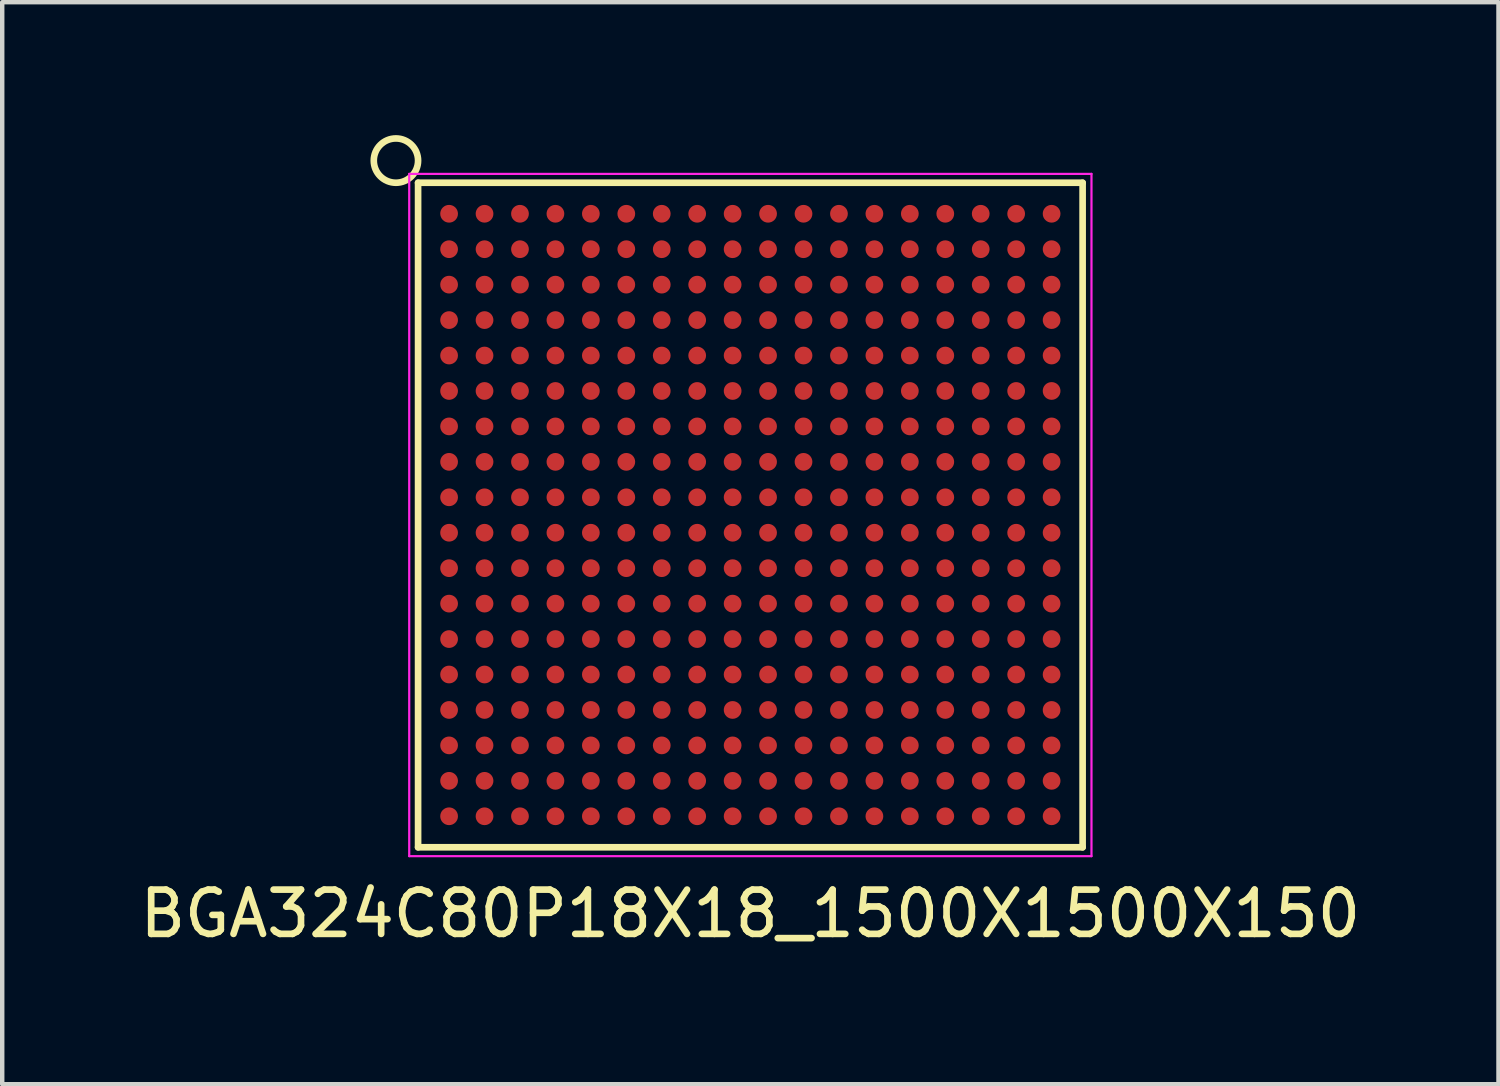
<source format=kicad_pcb>
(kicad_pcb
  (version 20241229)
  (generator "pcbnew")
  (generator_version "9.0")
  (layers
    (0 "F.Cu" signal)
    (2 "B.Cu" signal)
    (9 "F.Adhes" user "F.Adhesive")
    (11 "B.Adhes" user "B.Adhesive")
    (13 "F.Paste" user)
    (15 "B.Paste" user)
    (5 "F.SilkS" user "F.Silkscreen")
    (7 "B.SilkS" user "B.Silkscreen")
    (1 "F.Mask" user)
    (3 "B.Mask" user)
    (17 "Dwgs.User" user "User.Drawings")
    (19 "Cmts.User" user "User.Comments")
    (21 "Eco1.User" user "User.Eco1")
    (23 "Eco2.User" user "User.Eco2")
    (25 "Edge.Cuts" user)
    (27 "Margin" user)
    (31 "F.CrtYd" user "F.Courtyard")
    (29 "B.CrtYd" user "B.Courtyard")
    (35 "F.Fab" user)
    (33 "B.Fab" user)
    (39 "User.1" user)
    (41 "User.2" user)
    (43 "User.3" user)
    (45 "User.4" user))
  (footprint "BGA324C80P18X18_1500X1500X150"
    (layer "F.Cu")
    (at 13.887 8.575)
    (property "Reference" "BGA324C80P18X18_1500X1500X150" (at 0 9 0) (layer "F.SilkS") (effects (font (size 1 1) (thickness 0.15))))
    (attr smd)
    (fp_line (start -7.5 -7.5) (end -7.5 7.5) (stroke (width 0.15) (type solid)) (layer "F.SilkS"))
    (fp_line (start -7.5 -7.5) (end 7.5 -7.5) (stroke (width 0.15) (type solid)) (layer "F.SilkS"))
    (fp_line (start 7.5 7.5) (end -7.5 7.5) (stroke (width 0.15) (type solid)) (layer "F.SilkS"))
    (fp_line (start 7.5 7.5) (end 7.5 -7.5) (stroke (width 0.15) (type solid)) (layer "F.SilkS"))
    (fp_circle (center -8 -8) (end -8.5 -8) (stroke (width 0.15) (type solid)) (fill no) (layer "F.SilkS"))
    (fp_line (start -7.7 -7.7) (end -7.7 7.7) (stroke (width 0.05) (type solid)) (layer "F.CrtYd"))
    (fp_line (start -7.7 -7.7) (end 7.7 -7.7) (stroke (width 0.05) (type solid)) (layer "F.CrtYd"))
    (fp_line (start 7.7 7.7) (end -7.7 7.7) (stroke (width 0.05) (type solid)) (layer "F.CrtYd"))
    (fp_line (start 7.7 7.7) (end 7.7 -7.7) (stroke (width 0.05) (type solid)) (layer "F.CrtYd"))
    (pad "A1" smd circle (at -6.8 -6.8) (size 0.4 0.4) (layers "F.Cu" "F.Mask" "F.Paste"))
    (pad "A2" smd circle (at -6 -6.8) (size 0.4 0.4) (layers "F.Cu" "F.Mask" "F.Paste"))
    (pad "A3" smd circle (at -5.2 -6.8) (size 0.4 0.4) (layers "F.Cu" "F.Mask" "F.Paste"))
    (pad "A4" smd circle (at -4.4 -6.8) (size 0.4 0.4) (layers "F.Cu" "F.Mask" "F.Paste"))
    (pad "A5" smd circle (at -3.6 -6.8) (size 0.4 0.4) (layers "F.Cu" "F.Mask" "F.Paste"))
    (pad "A6" smd circle (at -2.8 -6.8) (size 0.4 0.4) (layers "F.Cu" "F.Mask" "F.Paste"))
    (pad "A7" smd circle (at -2 -6.8) (size 0.4 0.4) (layers "F.Cu" "F.Mask" "F.Paste"))
    (pad "A8" smd circle (at -1.2 -6.8) (size 0.4 0.4) (layers "F.Cu" "F.Mask" "F.Paste"))
    (pad "A9" smd circle (at -0.4 -6.8) (size 0.4 0.4) (layers "F.Cu" "F.Mask" "F.Paste"))
    (pad "A10" smd circle (at 0.4 -6.8) (size 0.4 0.4) (layers "F.Cu" "F.Mask" "F.Paste"))
    (pad "A11" smd circle (at 1.2 -6.8) (size 0.4 0.4) (layers "F.Cu" "F.Mask" "F.Paste"))
    (pad "A12" smd circle (at 2 -6.8) (size 0.4 0.4) (layers "F.Cu" "F.Mask" "F.Paste"))
    (pad "A13" smd circle (at 2.8 -6.8) (size 0.4 0.4) (layers "F.Cu" "F.Mask" "F.Paste"))
    (pad "A14" smd circle (at 3.6 -6.8) (size 0.4 0.4) (layers "F.Cu" "F.Mask" "F.Paste"))
    (pad "A15" smd circle (at 4.4 -6.8) (size 0.4 0.4) (layers "F.Cu" "F.Mask" "F.Paste"))
    (pad "A16" smd circle (at 5.2 -6.8) (size 0.4 0.4) (layers "F.Cu" "F.Mask" "F.Paste"))
    (pad "A17" smd circle (at 6 -6.8) (size 0.4 0.4) (layers "F.Cu" "F.Mask" "F.Paste"))
    (pad "A18" smd circle (at 6.8 -6.8) (size 0.4 0.4) (layers "F.Cu" "F.Mask" "F.Paste"))
    (pad "B1" smd circle (at -6.8 -6) (size 0.4 0.4) (layers "F.Cu" "F.Mask" "F.Paste"))
    (pad "B2" smd circle (at -6 -6) (size 0.4 0.4) (layers "F.Cu" "F.Mask" "F.Paste"))
    (pad "B3" smd circle (at -5.2 -6) (size 0.4 0.4) (layers "F.Cu" "F.Mask" "F.Paste"))
    (pad "B4" smd circle (at -4.4 -6) (size 0.4 0.4) (layers "F.Cu" "F.Mask" "F.Paste"))
    (pad "B5" smd circle (at -3.6 -6) (size 0.4 0.4) (layers "F.Cu" "F.Mask" "F.Paste"))
    (pad "B6" smd circle (at -2.8 -6) (size 0.4 0.4) (layers "F.Cu" "F.Mask" "F.Paste"))
    (pad "B7" smd circle (at -2 -6) (size 0.4 0.4) (layers "F.Cu" "F.Mask" "F.Paste"))
    (pad "B8" smd circle (at -1.2 -6) (size 0.4 0.4) (layers "F.Cu" "F.Mask" "F.Paste"))
    (pad "B9" smd circle (at -0.4 -6) (size 0.4 0.4) (layers "F.Cu" "F.Mask" "F.Paste"))
    (pad "B10" smd circle (at 0.4 -6) (size 0.4 0.4) (layers "F.Cu" "F.Mask" "F.Paste"))
    (pad "B11" smd circle (at 1.2 -6) (size 0.4 0.4) (layers "F.Cu" "F.Mask" "F.Paste"))
    (pad "B12" smd circle (at 2 -6) (size 0.4 0.4) (layers "F.Cu" "F.Mask" "F.Paste"))
    (pad "B13" smd circle (at 2.8 -6) (size 0.4 0.4) (layers "F.Cu" "F.Mask" "F.Paste"))
    (pad "B14" smd circle (at 3.6 -6) (size 0.4 0.4) (layers "F.Cu" "F.Mask" "F.Paste"))
    (pad "B15" smd circle (at 4.4 -6) (size 0.4 0.4) (layers "F.Cu" "F.Mask" "F.Paste"))
    (pad "B16" smd circle (at 5.2 -6) (size 0.4 0.4) (layers "F.Cu" "F.Mask" "F.Paste"))
    (pad "B17" smd circle (at 6 -6) (size 0.4 0.4) (layers "F.Cu" "F.Mask" "F.Paste"))
    (pad "B18" smd circle (at 6.8 -6) (size 0.4 0.4) (layers "F.Cu" "F.Mask" "F.Paste"))
    (pad "C1" smd circle (at -6.8 -5.2) (size 0.4 0.4) (layers "F.Cu" "F.Mask" "F.Paste"))
    (pad "C2" smd circle (at -6 -5.2) (size 0.4 0.4) (layers "F.Cu" "F.Mask" "F.Paste"))
    (pad "C3" smd circle (at -5.2 -5.2) (size 0.4 0.4) (layers "F.Cu" "F.Mask" "F.Paste"))
    (pad "C4" smd circle (at -4.4 -5.2) (size 0.4 0.4) (layers "F.Cu" "F.Mask" "F.Paste"))
    (pad "C5" smd circle (at -3.6 -5.2) (size 0.4 0.4) (layers "F.Cu" "F.Mask" "F.Paste"))
    (pad "C6" smd circle (at -2.8 -5.2) (size 0.4 0.4) (layers "F.Cu" "F.Mask" "F.Paste"))
    (pad "C7" smd circle (at -2 -5.2) (size 0.4 0.4) (layers "F.Cu" "F.Mask" "F.Paste"))
    (pad "C8" smd circle (at -1.2 -5.2) (size 0.4 0.4) (layers "F.Cu" "F.Mask" "F.Paste"))
    (pad "C9" smd circle (at -0.4 -5.2) (size 0.4 0.4) (layers "F.Cu" "F.Mask" "F.Paste"))
    (pad "C10" smd circle (at 0.4 -5.2) (size 0.4 0.4) (layers "F.Cu" "F.Mask" "F.Paste"))
    (pad "C11" smd circle (at 1.2 -5.2) (size 0.4 0.4) (layers "F.Cu" "F.Mask" "F.Paste"))
    (pad "C12" smd circle (at 2 -5.2) (size 0.4 0.4) (layers "F.Cu" "F.Mask" "F.Paste"))
    (pad "C13" smd circle (at 2.8 -5.2) (size 0.4 0.4) (layers "F.Cu" "F.Mask" "F.Paste"))
    (pad "C14" smd circle (at 3.6 -5.2) (size 0.4 0.4) (layers "F.Cu" "F.Mask" "F.Paste"))
    (pad "C15" smd circle (at 4.4 -5.2) (size 0.4 0.4) (layers "F.Cu" "F.Mask" "F.Paste"))
    (pad "C16" smd circle (at 5.2 -5.2) (size 0.4 0.4) (layers "F.Cu" "F.Mask" "F.Paste"))
    (pad "C17" smd circle (at 6 -5.2) (size 0.4 0.4) (layers "F.Cu" "F.Mask" "F.Paste"))
    (pad "C18" smd circle (at 6.8 -5.2) (size 0.4 0.4) (layers "F.Cu" "F.Mask" "F.Paste"))
    (pad "D1" smd circle (at -6.8 -4.4) (size 0.4 0.4) (layers "F.Cu" "F.Mask" "F.Paste"))
    (pad "D2" smd circle (at -6 -4.4) (size 0.4 0.4) (layers "F.Cu" "F.Mask" "F.Paste"))
    (pad "D3" smd circle (at -5.2 -4.4) (size 0.4 0.4) (layers "F.Cu" "F.Mask" "F.Paste"))
    (pad "D4" smd circle (at -4.4 -4.4) (size 0.4 0.4) (layers "F.Cu" "F.Mask" "F.Paste"))
    (pad "D5" smd circle (at -3.6 -4.4) (size 0.4 0.4) (layers "F.Cu" "F.Mask" "F.Paste"))
    (pad "D6" smd circle (at -2.8 -4.4) (size 0.4 0.4) (layers "F.Cu" "F.Mask" "F.Paste"))
    (pad "D7" smd circle (at -2 -4.4) (size 0.4 0.4) (layers "F.Cu" "F.Mask" "F.Paste"))
    (pad "D8" smd circle (at -1.2 -4.4) (size 0.4 0.4) (layers "F.Cu" "F.Mask" "F.Paste"))
    (pad "D9" smd circle (at -0.4 -4.4) (size 0.4 0.4) (layers "F.Cu" "F.Mask" "F.Paste"))
    (pad "D10" smd circle (at 0.4 -4.4) (size 0.4 0.4) (layers "F.Cu" "F.Mask" "F.Paste"))
    (pad "D11" smd circle (at 1.2 -4.4) (size 0.4 0.4) (layers "F.Cu" "F.Mask" "F.Paste"))
    (pad "D12" smd circle (at 2 -4.4) (size 0.4 0.4) (layers "F.Cu" "F.Mask" "F.Paste"))
    (pad "D13" smd circle (at 2.8 -4.4) (size 0.4 0.4) (layers "F.Cu" "F.Mask" "F.Paste"))
    (pad "D14" smd circle (at 3.6 -4.4) (size 0.4 0.4) (layers "F.Cu" "F.Mask" "F.Paste"))
    (pad "D15" smd circle (at 4.4 -4.4) (size 0.4 0.4) (layers "F.Cu" "F.Mask" "F.Paste"))
    (pad "D16" smd circle (at 5.2 -4.4) (size 0.4 0.4) (layers "F.Cu" "F.Mask" "F.Paste"))
    (pad "D17" smd circle (at 6 -4.4) (size 0.4 0.4) (layers "F.Cu" "F.Mask" "F.Paste"))
    (pad "D18" smd circle (at 6.8 -4.4) (size 0.4 0.4) (layers "F.Cu" "F.Mask" "F.Paste"))
    (pad "E1" smd circle (at -6.8 -3.6) (size 0.4 0.4) (layers "F.Cu" "F.Mask" "F.Paste"))
    (pad "E2" smd circle (at -6 -3.6) (size 0.4 0.4) (layers "F.Cu" "F.Mask" "F.Paste"))
    (pad "E3" smd circle (at -5.2 -3.6) (size 0.4 0.4) (layers "F.Cu" "F.Mask" "F.Paste"))
    (pad "E4" smd circle (at -4.4 -3.6) (size 0.4 0.4) (layers "F.Cu" "F.Mask" "F.Paste"))
    (pad "E5" smd circle (at -3.6 -3.6) (size 0.4 0.4) (layers "F.Cu" "F.Mask" "F.Paste"))
    (pad "E6" smd circle (at -2.8 -3.6) (size 0.4 0.4) (layers "F.Cu" "F.Mask" "F.Paste"))
    (pad "E7" smd circle (at -2 -3.6) (size 0.4 0.4) (layers "F.Cu" "F.Mask" "F.Paste"))
    (pad "E8" smd circle (at -1.2 -3.6) (size 0.4 0.4) (layers "F.Cu" "F.Mask" "F.Paste"))
    (pad "E9" smd circle (at -0.4 -3.6) (size 0.4 0.4) (layers "F.Cu" "F.Mask" "F.Paste"))
    (pad "E10" smd circle (at 0.4 -3.6) (size 0.4 0.4) (layers "F.Cu" "F.Mask" "F.Paste"))
    (pad "E11" smd circle (at 1.2 -3.6) (size 0.4 0.4) (layers "F.Cu" "F.Mask" "F.Paste"))
    (pad "E12" smd circle (at 2 -3.6) (size 0.4 0.4) (layers "F.Cu" "F.Mask" "F.Paste"))
    (pad "E13" smd circle (at 2.8 -3.6) (size 0.4 0.4) (layers "F.Cu" "F.Mask" "F.Paste"))
    (pad "E14" smd circle (at 3.6 -3.6) (size 0.4 0.4) (layers "F.Cu" "F.Mask" "F.Paste"))
    (pad "E15" smd circle (at 4.4 -3.6) (size 0.4 0.4) (layers "F.Cu" "F.Mask" "F.Paste"))
    (pad "E16" smd circle (at 5.2 -3.6) (size 0.4 0.4) (layers "F.Cu" "F.Mask" "F.Paste"))
    (pad "E17" smd circle (at 6 -3.6) (size 0.4 0.4) (layers "F.Cu" "F.Mask" "F.Paste"))
    (pad "E18" smd circle (at 6.8 -3.6) (size 0.4 0.4) (layers "F.Cu" "F.Mask" "F.Paste"))
    (pad "F1" smd circle (at -6.8 -2.8) (size 0.4 0.4) (layers "F.Cu" "F.Mask" "F.Paste"))
    (pad "F2" smd circle (at -6 -2.8) (size 0.4 0.4) (layers "F.Cu" "F.Mask" "F.Paste"))
    (pad "F3" smd circle (at -5.2 -2.8) (size 0.4 0.4) (layers "F.Cu" "F.Mask" "F.Paste"))
    (pad "F4" smd circle (at -4.4 -2.8) (size 0.4 0.4) (layers "F.Cu" "F.Mask" "F.Paste"))
    (pad "F5" smd circle (at -3.6 -2.8) (size 0.4 0.4) (layers "F.Cu" "F.Mask" "F.Paste"))
    (pad "F6" smd circle (at -2.8 -2.8) (size 0.4 0.4) (layers "F.Cu" "F.Mask" "F.Paste"))
    (pad "F7" smd circle (at -2 -2.8) (size 0.4 0.4) (layers "F.Cu" "F.Mask" "F.Paste"))
    (pad "F8" smd circle (at -1.2 -2.8) (size 0.4 0.4) (layers "F.Cu" "F.Mask" "F.Paste"))
    (pad "F9" smd circle (at -0.4 -2.8) (size 0.4 0.4) (layers "F.Cu" "F.Mask" "F.Paste"))
    (pad "F10" smd circle (at 0.4 -2.8) (size 0.4 0.4) (layers "F.Cu" "F.Mask" "F.Paste"))
    (pad "F11" smd circle (at 1.2 -2.8) (size 0.4 0.4) (layers "F.Cu" "F.Mask" "F.Paste"))
    (pad "F12" smd circle (at 2 -2.8) (size 0.4 0.4) (layers "F.Cu" "F.Mask" "F.Paste"))
    (pad "F13" smd circle (at 2.8 -2.8) (size 0.4 0.4) (layers "F.Cu" "F.Mask" "F.Paste"))
    (pad "F14" smd circle (at 3.6 -2.8) (size 0.4 0.4) (layers "F.Cu" "F.Mask" "F.Paste"))
    (pad "F15" smd circle (at 4.4 -2.8) (size 0.4 0.4) (layers "F.Cu" "F.Mask" "F.Paste"))
    (pad "F16" smd circle (at 5.2 -2.8) (size 0.4 0.4) (layers "F.Cu" "F.Mask" "F.Paste"))
    (pad "F17" smd circle (at 6 -2.8) (size 0.4 0.4) (layers "F.Cu" "F.Mask" "F.Paste"))
    (pad "F18" smd circle (at 6.8 -2.8) (size 0.4 0.4) (layers "F.Cu" "F.Mask" "F.Paste"))
    (pad "G1" smd circle (at -6.8 -2) (size 0.4 0.4) (layers "F.Cu" "F.Mask" "F.Paste"))
    (pad "G2" smd circle (at -6 -2) (size 0.4 0.4) (layers "F.Cu" "F.Mask" "F.Paste"))
    (pad "G3" smd circle (at -5.2 -2) (size 0.4 0.4) (layers "F.Cu" "F.Mask" "F.Paste"))
    (pad "G4" smd circle (at -4.4 -2) (size 0.4 0.4) (layers "F.Cu" "F.Mask" "F.Paste"))
    (pad "G5" smd circle (at -3.6 -2) (size 0.4 0.4) (layers "F.Cu" "F.Mask" "F.Paste"))
    (pad "G6" smd circle (at -2.8 -2) (size 0.4 0.4) (layers "F.Cu" "F.Mask" "F.Paste"))
    (pad "G7" smd circle (at -2 -2) (size 0.4 0.4) (layers "F.Cu" "F.Mask" "F.Paste"))
    (pad "G8" smd circle (at -1.2 -2) (size 0.4 0.4) (layers "F.Cu" "F.Mask" "F.Paste"))
    (pad "G9" smd circle (at -0.4 -2) (size 0.4 0.4) (layers "F.Cu" "F.Mask" "F.Paste"))
    (pad "G10" smd circle (at 0.4 -2) (size 0.4 0.4) (layers "F.Cu" "F.Mask" "F.Paste"))
    (pad "G11" smd circle (at 1.2 -2) (size 0.4 0.4) (layers "F.Cu" "F.Mask" "F.Paste"))
    (pad "G12" smd circle (at 2 -2) (size 0.4 0.4) (layers "F.Cu" "F.Mask" "F.Paste"))
    (pad "G13" smd circle (at 2.8 -2) (size 0.4 0.4) (layers "F.Cu" "F.Mask" "F.Paste"))
    (pad "G14" smd circle (at 3.6 -2) (size 0.4 0.4) (layers "F.Cu" "F.Mask" "F.Paste"))
    (pad "G15" smd circle (at 4.4 -2) (size 0.4 0.4) (layers "F.Cu" "F.Mask" "F.Paste"))
    (pad "G16" smd circle (at 5.2 -2) (size 0.4 0.4) (layers "F.Cu" "F.Mask" "F.Paste"))
    (pad "G17" smd circle (at 6 -2) (size 0.4 0.4) (layers "F.Cu" "F.Mask" "F.Paste"))
    (pad "G18" smd circle (at 6.8 -2) (size 0.4 0.4) (layers "F.Cu" "F.Mask" "F.Paste"))
    (pad "H1" smd circle (at -6.8 -1.2) (size 0.4 0.4) (layers "F.Cu" "F.Mask" "F.Paste"))
    (pad "H2" smd circle (at -6 -1.2) (size 0.4 0.4) (layers "F.Cu" "F.Mask" "F.Paste"))
    (pad "H3" smd circle (at -5.2 -1.2) (size 0.4 0.4) (layers "F.Cu" "F.Mask" "F.Paste"))
    (pad "H4" smd circle (at -4.4 -1.2) (size 0.4 0.4) (layers "F.Cu" "F.Mask" "F.Paste"))
    (pad "H5" smd circle (at -3.6 -1.2) (size 0.4 0.4) (layers "F.Cu" "F.Mask" "F.Paste"))
    (pad "H6" smd circle (at -2.8 -1.2) (size 0.4 0.4) (layers "F.Cu" "F.Mask" "F.Paste"))
    (pad "H7" smd circle (at -2 -1.2) (size 0.4 0.4) (layers "F.Cu" "F.Mask" "F.Paste"))
    (pad "H8" smd circle (at -1.2 -1.2) (size 0.4 0.4) (layers "F.Cu" "F.Mask" "F.Paste"))
    (pad "H9" smd circle (at -0.4 -1.2) (size 0.4 0.4) (layers "F.Cu" "F.Mask" "F.Paste"))
    (pad "H10" smd circle (at 0.4 -1.2) (size 0.4 0.4) (layers "F.Cu" "F.Mask" "F.Paste"))
    (pad "H11" smd circle (at 1.2 -1.2) (size 0.4 0.4) (layers "F.Cu" "F.Mask" "F.Paste"))
    (pad "H12" smd circle (at 2 -1.2) (size 0.4 0.4) (layers "F.Cu" "F.Mask" "F.Paste"))
    (pad "H13" smd circle (at 2.8 -1.2) (size 0.4 0.4) (layers "F.Cu" "F.Mask" "F.Paste"))
    (pad "H14" smd circle (at 3.6 -1.2) (size 0.4 0.4) (layers "F.Cu" "F.Mask" "F.Paste"))
    (pad "H15" smd circle (at 4.4 -1.2) (size 0.4 0.4) (layers "F.Cu" "F.Mask" "F.Paste"))
    (pad "H16" smd circle (at 5.2 -1.2) (size 0.4 0.4) (layers "F.Cu" "F.Mask" "F.Paste"))
    (pad "H17" smd circle (at 6 -1.2) (size 0.4 0.4) (layers "F.Cu" "F.Mask" "F.Paste"))
    (pad "H18" smd circle (at 6.8 -1.2) (size 0.4 0.4) (layers "F.Cu" "F.Mask" "F.Paste"))
    (pad "J1" smd circle (at -6.8 -0.4) (size 0.4 0.4) (layers "F.Cu" "F.Mask" "F.Paste"))
    (pad "J2" smd circle (at -6 -0.4) (size 0.4 0.4) (layers "F.Cu" "F.Mask" "F.Paste"))
    (pad "J3" smd circle (at -5.2 -0.4) (size 0.4 0.4) (layers "F.Cu" "F.Mask" "F.Paste"))
    (pad "J4" smd circle (at -4.4 -0.4) (size 0.4 0.4) (layers "F.Cu" "F.Mask" "F.Paste"))
    (pad "J5" smd circle (at -3.6 -0.4) (size 0.4 0.4) (layers "F.Cu" "F.Mask" "F.Paste"))
    (pad "J6" smd circle (at -2.8 -0.4) (size 0.4 0.4) (layers "F.Cu" "F.Mask" "F.Paste"))
    (pad "J7" smd circle (at -2 -0.4) (size 0.4 0.4) (layers "F.Cu" "F.Mask" "F.Paste"))
    (pad "J8" smd circle (at -1.2 -0.4) (size 0.4 0.4) (layers "F.Cu" "F.Mask" "F.Paste"))
    (pad "J9" smd circle (at -0.4 -0.4) (size 0.4 0.4) (layers "F.Cu" "F.Mask" "F.Paste"))
    (pad "J10" smd circle (at 0.4 -0.4) (size 0.4 0.4) (layers "F.Cu" "F.Mask" "F.Paste"))
    (pad "J11" smd circle (at 1.2 -0.4) (size 0.4 0.4) (layers "F.Cu" "F.Mask" "F.Paste"))
    (pad "J12" smd circle (at 2 -0.4) (size 0.4 0.4) (layers "F.Cu" "F.Mask" "F.Paste"))
    (pad "J13" smd circle (at 2.8 -0.4) (size 0.4 0.4) (layers "F.Cu" "F.Mask" "F.Paste"))
    (pad "J14" smd circle (at 3.6 -0.4) (size 0.4 0.4) (layers "F.Cu" "F.Mask" "F.Paste"))
    (pad "J15" smd circle (at 4.4 -0.4) (size 0.4 0.4) (layers "F.Cu" "F.Mask" "F.Paste"))
    (pad "J16" smd circle (at 5.2 -0.4) (size 0.4 0.4) (layers "F.Cu" "F.Mask" "F.Paste"))
    (pad "J17" smd circle (at 6 -0.4) (size 0.4 0.4) (layers "F.Cu" "F.Mask" "F.Paste"))
    (pad "J18" smd circle (at 6.8 -0.4) (size 0.4 0.4) (layers "F.Cu" "F.Mask" "F.Paste"))
    (pad "K1" smd circle (at -6.8 0.4) (size 0.4 0.4) (layers "F.Cu" "F.Mask" "F.Paste"))
    (pad "K2" smd circle (at -6 0.4) (size 0.4 0.4) (layers "F.Cu" "F.Mask" "F.Paste"))
    (pad "K3" smd circle (at -5.2 0.4) (size 0.4 0.4) (layers "F.Cu" "F.Mask" "F.Paste"))
    (pad "K4" smd circle (at -4.4 0.4) (size 0.4 0.4) (layers "F.Cu" "F.Mask" "F.Paste"))
    (pad "K5" smd circle (at -3.6 0.4) (size 0.4 0.4) (layers "F.Cu" "F.Mask" "F.Paste"))
    (pad "K6" smd circle (at -2.8 0.4) (size 0.4 0.4) (layers "F.Cu" "F.Mask" "F.Paste"))
    (pad "K7" smd circle (at -2 0.4) (size 0.4 0.4) (layers "F.Cu" "F.Mask" "F.Paste"))
    (pad "K8" smd circle (at -1.2 0.4) (size 0.4 0.4) (layers "F.Cu" "F.Mask" "F.Paste"))
    (pad "K9" smd circle (at -0.4 0.4) (size 0.4 0.4) (layers "F.Cu" "F.Mask" "F.Paste"))
    (pad "K10" smd circle (at 0.4 0.4) (size 0.4 0.4) (layers "F.Cu" "F.Mask" "F.Paste"))
    (pad "K11" smd circle (at 1.2 0.4) (size 0.4 0.4) (layers "F.Cu" "F.Mask" "F.Paste"))
    (pad "K12" smd circle (at 2 0.4) (size 0.4 0.4) (layers "F.Cu" "F.Mask" "F.Paste"))
    (pad "K13" smd circle (at 2.8 0.4) (size 0.4 0.4) (layers "F.Cu" "F.Mask" "F.Paste"))
    (pad "K14" smd circle (at 3.6 0.4) (size 0.4 0.4) (layers "F.Cu" "F.Mask" "F.Paste"))
    (pad "K15" smd circle (at 4.4 0.4) (size 0.4 0.4) (layers "F.Cu" "F.Mask" "F.Paste"))
    (pad "K16" smd circle (at 5.2 0.4) (size 0.4 0.4) (layers "F.Cu" "F.Mask" "F.Paste"))
    (pad "K17" smd circle (at 6 0.4) (size 0.4 0.4) (layers "F.Cu" "F.Mask" "F.Paste"))
    (pad "K18" smd circle (at 6.8 0.4) (size 0.4 0.4) (layers "F.Cu" "F.Mask" "F.Paste"))
    (pad "L1" smd circle (at -6.8 1.2) (size 0.4 0.4) (layers "F.Cu" "F.Mask" "F.Paste"))
    (pad "L2" smd circle (at -6 1.2) (size 0.4 0.4) (layers "F.Cu" "F.Mask" "F.Paste"))
    (pad "L3" smd circle (at -5.2 1.2) (size 0.4 0.4) (layers "F.Cu" "F.Mask" "F.Paste"))
    (pad "L4" smd circle (at -4.4 1.2) (size 0.4 0.4) (layers "F.Cu" "F.Mask" "F.Paste"))
    (pad "L5" smd circle (at -3.6 1.2) (size 0.4 0.4) (layers "F.Cu" "F.Mask" "F.Paste"))
    (pad "L6" smd circle (at -2.8 1.2) (size 0.4 0.4) (layers "F.Cu" "F.Mask" "F.Paste"))
    (pad "L7" smd circle (at -2 1.2) (size 0.4 0.4) (layers "F.Cu" "F.Mask" "F.Paste"))
    (pad "L8" smd circle (at -1.2 1.2) (size 0.4 0.4) (layers "F.Cu" "F.Mask" "F.Paste"))
    (pad "L9" smd circle (at -0.4 1.2) (size 0.4 0.4) (layers "F.Cu" "F.Mask" "F.Paste"))
    (pad "L10" smd circle (at 0.4 1.2) (size 0.4 0.4) (layers "F.Cu" "F.Mask" "F.Paste"))
    (pad "L11" smd circle (at 1.2 1.2) (size 0.4 0.4) (layers "F.Cu" "F.Mask" "F.Paste"))
    (pad "L12" smd circle (at 2 1.2) (size 0.4 0.4) (layers "F.Cu" "F.Mask" "F.Paste"))
    (pad "L13" smd circle (at 2.8 1.2) (size 0.4 0.4) (layers "F.Cu" "F.Mask" "F.Paste"))
    (pad "L14" smd circle (at 3.6 1.2) (size 0.4 0.4) (layers "F.Cu" "F.Mask" "F.Paste"))
    (pad "L15" smd circle (at 4.4 1.2) (size 0.4 0.4) (layers "F.Cu" "F.Mask" "F.Paste"))
    (pad "L16" smd circle (at 5.2 1.2) (size 0.4 0.4) (layers "F.Cu" "F.Mask" "F.Paste"))
    (pad "L17" smd circle (at 6 1.2) (size 0.4 0.4) (layers "F.Cu" "F.Mask" "F.Paste"))
    (pad "L18" smd circle (at 6.8 1.2) (size 0.4 0.4) (layers "F.Cu" "F.Mask" "F.Paste"))
    (pad "M1" smd circle (at -6.8 2) (size 0.4 0.4) (layers "F.Cu" "F.Mask" "F.Paste"))
    (pad "M2" smd circle (at -6 2) (size 0.4 0.4) (layers "F.Cu" "F.Mask" "F.Paste"))
    (pad "M3" smd circle (at -5.2 2) (size 0.4 0.4) (layers "F.Cu" "F.Mask" "F.Paste"))
    (pad "M4" smd circle (at -4.4 2) (size 0.4 0.4) (layers "F.Cu" "F.Mask" "F.Paste"))
    (pad "M5" smd circle (at -3.6 2) (size 0.4 0.4) (layers "F.Cu" "F.Mask" "F.Paste"))
    (pad "M6" smd circle (at -2.8 2) (size 0.4 0.4) (layers "F.Cu" "F.Mask" "F.Paste"))
    (pad "M7" smd circle (at -2 2) (size 0.4 0.4) (layers "F.Cu" "F.Mask" "F.Paste"))
    (pad "M8" smd circle (at -1.2 2) (size 0.4 0.4) (layers "F.Cu" "F.Mask" "F.Paste"))
    (pad "M9" smd circle (at -0.4 2) (size 0.4 0.4) (layers "F.Cu" "F.Mask" "F.Paste"))
    (pad "M10" smd circle (at 0.4 2) (size 0.4 0.4) (layers "F.Cu" "F.Mask" "F.Paste"))
    (pad "M11" smd circle (at 1.2 2) (size 0.4 0.4) (layers "F.Cu" "F.Mask" "F.Paste"))
    (pad "M12" smd circle (at 2 2) (size 0.4 0.4) (layers "F.Cu" "F.Mask" "F.Paste"))
    (pad "M13" smd circle (at 2.8 2) (size 0.4 0.4) (layers "F.Cu" "F.Mask" "F.Paste"))
    (pad "M14" smd circle (at 3.6 2) (size 0.4 0.4) (layers "F.Cu" "F.Mask" "F.Paste"))
    (pad "M15" smd circle (at 4.4 2) (size 0.4 0.4) (layers "F.Cu" "F.Mask" "F.Paste"))
    (pad "M16" smd circle (at 5.2 2) (size 0.4 0.4) (layers "F.Cu" "F.Mask" "F.Paste"))
    (pad "M17" smd circle (at 6 2) (size 0.4 0.4) (layers "F.Cu" "F.Mask" "F.Paste"))
    (pad "M18" smd circle (at 6.8 2) (size 0.4 0.4) (layers "F.Cu" "F.Mask" "F.Paste"))
    (pad "N1" smd circle (at -6.8 2.8) (size 0.4 0.4) (layers "F.Cu" "F.Mask" "F.Paste"))
    (pad "N2" smd circle (at -6 2.8) (size 0.4 0.4) (layers "F.Cu" "F.Mask" "F.Paste"))
    (pad "N3" smd circle (at -5.2 2.8) (size 0.4 0.4) (layers "F.Cu" "F.Mask" "F.Paste"))
    (pad "N4" smd circle (at -4.4 2.8) (size 0.4 0.4) (layers "F.Cu" "F.Mask" "F.Paste"))
    (pad "N5" smd circle (at -3.6 2.8) (size 0.4 0.4) (layers "F.Cu" "F.Mask" "F.Paste"))
    (pad "N6" smd circle (at -2.8 2.8) (size 0.4 0.4) (layers "F.Cu" "F.Mask" "F.Paste"))
    (pad "N7" smd circle (at -2 2.8) (size 0.4 0.4) (layers "F.Cu" "F.Mask" "F.Paste"))
    (pad "N8" smd circle (at -1.2 2.8) (size 0.4 0.4) (layers "F.Cu" "F.Mask" "F.Paste"))
    (pad "N9" smd circle (at -0.4 2.8) (size 0.4 0.4) (layers "F.Cu" "F.Mask" "F.Paste"))
    (pad "N10" smd circle (at 0.4 2.8) (size 0.4 0.4) (layers "F.Cu" "F.Mask" "F.Paste"))
    (pad "N11" smd circle (at 1.2 2.8) (size 0.4 0.4) (layers "F.Cu" "F.Mask" "F.Paste"))
    (pad "N12" smd circle (at 2 2.8) (size 0.4 0.4) (layers "F.Cu" "F.Mask" "F.Paste"))
    (pad "N13" smd circle (at 2.8 2.8) (size 0.4 0.4) (layers "F.Cu" "F.Mask" "F.Paste"))
    (pad "N14" smd circle (at 3.6 2.8) (size 0.4 0.4) (layers "F.Cu" "F.Mask" "F.Paste"))
    (pad "N15" smd circle (at 4.4 2.8) (size 0.4 0.4) (layers "F.Cu" "F.Mask" "F.Paste"))
    (pad "N16" smd circle (at 5.2 2.8) (size 0.4 0.4) (layers "F.Cu" "F.Mask" "F.Paste"))
    (pad "N17" smd circle (at 6 2.8) (size 0.4 0.4) (layers "F.Cu" "F.Mask" "F.Paste"))
    (pad "N18" smd circle (at 6.8 2.8) (size 0.4 0.4) (layers "F.Cu" "F.Mask" "F.Paste"))
    (pad "P1" smd circle (at -6.8 3.6) (size 0.4 0.4) (layers "F.Cu" "F.Mask" "F.Paste"))
    (pad "P2" smd circle (at -6 3.6) (size 0.4 0.4) (layers "F.Cu" "F.Mask" "F.Paste"))
    (pad "P3" smd circle (at -5.2 3.6) (size 0.4 0.4) (layers "F.Cu" "F.Mask" "F.Paste"))
    (pad "P4" smd circle (at -4.4 3.6) (size 0.4 0.4) (layers "F.Cu" "F.Mask" "F.Paste"))
    (pad "P5" smd circle (at -3.6 3.6) (size 0.4 0.4) (layers "F.Cu" "F.Mask" "F.Paste"))
    (pad "P6" smd circle (at -2.8 3.6) (size 0.4 0.4) (layers "F.Cu" "F.Mask" "F.Paste"))
    (pad "P7" smd circle (at -2 3.6) (size 0.4 0.4) (layers "F.Cu" "F.Mask" "F.Paste"))
    (pad "P8" smd circle (at -1.2 3.6) (size 0.4 0.4) (layers "F.Cu" "F.Mask" "F.Paste"))
    (pad "P9" smd circle (at -0.4 3.6) (size 0.4 0.4) (layers "F.Cu" "F.Mask" "F.Paste"))
    (pad "P10" smd circle (at 0.4 3.6) (size 0.4 0.4) (layers "F.Cu" "F.Mask" "F.Paste"))
    (pad "P11" smd circle (at 1.2 3.6) (size 0.4 0.4) (layers "F.Cu" "F.Mask" "F.Paste"))
    (pad "P12" smd circle (at 2 3.6) (size 0.4 0.4) (layers "F.Cu" "F.Mask" "F.Paste"))
    (pad "P13" smd circle (at 2.8 3.6) (size 0.4 0.4) (layers "F.Cu" "F.Mask" "F.Paste"))
    (pad "P14" smd circle (at 3.6 3.6) (size 0.4 0.4) (layers "F.Cu" "F.Mask" "F.Paste"))
    (pad "P15" smd circle (at 4.4 3.6) (size 0.4 0.4) (layers "F.Cu" "F.Mask" "F.Paste"))
    (pad "P16" smd circle (at 5.2 3.6) (size 0.4 0.4) (layers "F.Cu" "F.Mask" "F.Paste"))
    (pad "P17" smd circle (at 6 3.6) (size 0.4 0.4) (layers "F.Cu" "F.Mask" "F.Paste"))
    (pad "P18" smd circle (at 6.8 3.6) (size 0.4 0.4) (layers "F.Cu" "F.Mask" "F.Paste"))
    (pad "R1" smd circle (at -6.8 4.4) (size 0.4 0.4) (layers "F.Cu" "F.Mask" "F.Paste"))
    (pad "R2" smd circle (at -6 4.4) (size 0.4 0.4) (layers "F.Cu" "F.Mask" "F.Paste"))
    (pad "R3" smd circle (at -5.2 4.4) (size 0.4 0.4) (layers "F.Cu" "F.Mask" "F.Paste"))
    (pad "R4" smd circle (at -4.4 4.4) (size 0.4 0.4) (layers "F.Cu" "F.Mask" "F.Paste"))
    (pad "R5" smd circle (at -3.6 4.4) (size 0.4 0.4) (layers "F.Cu" "F.Mask" "F.Paste"))
    (pad "R6" smd circle (at -2.8 4.4) (size 0.4 0.4) (layers "F.Cu" "F.Mask" "F.Paste"))
    (pad "R7" smd circle (at -2 4.4) (size 0.4 0.4) (layers "F.Cu" "F.Mask" "F.Paste"))
    (pad "R8" smd circle (at -1.2 4.4) (size 0.4 0.4) (layers "F.Cu" "F.Mask" "F.Paste"))
    (pad "R9" smd circle (at -0.4 4.4) (size 0.4 0.4) (layers "F.Cu" "F.Mask" "F.Paste"))
    (pad "R10" smd circle (at 0.4 4.4) (size 0.4 0.4) (layers "F.Cu" "F.Mask" "F.Paste"))
    (pad "R11" smd circle (at 1.2 4.4) (size 0.4 0.4) (layers "F.Cu" "F.Mask" "F.Paste"))
    (pad "R12" smd circle (at 2 4.4) (size 0.4 0.4) (layers "F.Cu" "F.Mask" "F.Paste"))
    (pad "R13" smd circle (at 2.8 4.4) (size 0.4 0.4) (layers "F.Cu" "F.Mask" "F.Paste"))
    (pad "R14" smd circle (at 3.6 4.4) (size 0.4 0.4) (layers "F.Cu" "F.Mask" "F.Paste"))
    (pad "R15" smd circle (at 4.4 4.4) (size 0.4 0.4) (layers "F.Cu" "F.Mask" "F.Paste"))
    (pad "R16" smd circle (at 5.2 4.4) (size 0.4 0.4) (layers "F.Cu" "F.Mask" "F.Paste"))
    (pad "R17" smd circle (at 6 4.4) (size 0.4 0.4) (layers "F.Cu" "F.Mask" "F.Paste"))
    (pad "R18" smd circle (at 6.8 4.4) (size 0.4 0.4) (layers "F.Cu" "F.Mask" "F.Paste"))
    (pad "T1" smd circle (at -6.8 5.2) (size 0.4 0.4) (layers "F.Cu" "F.Mask" "F.Paste"))
    (pad "T2" smd circle (at -6 5.2) (size 0.4 0.4) (layers "F.Cu" "F.Mask" "F.Paste"))
    (pad "T3" smd circle (at -5.2 5.2) (size 0.4 0.4) (layers "F.Cu" "F.Mask" "F.Paste"))
    (pad "T4" smd circle (at -4.4 5.2) (size 0.4 0.4) (layers "F.Cu" "F.Mask" "F.Paste"))
    (pad "T5" smd circle (at -3.6 5.2) (size 0.4 0.4) (layers "F.Cu" "F.Mask" "F.Paste"))
    (pad "T6" smd circle (at -2.8 5.2) (size 0.4 0.4) (layers "F.Cu" "F.Mask" "F.Paste"))
    (pad "T7" smd circle (at -2 5.2) (size 0.4 0.4) (layers "F.Cu" "F.Mask" "F.Paste"))
    (pad "T8" smd circle (at -1.2 5.2) (size 0.4 0.4) (layers "F.Cu" "F.Mask" "F.Paste"))
    (pad "T9" smd circle (at -0.4 5.2) (size 0.4 0.4) (layers "F.Cu" "F.Mask" "F.Paste"))
    (pad "T10" smd circle (at 0.4 5.2) (size 0.4 0.4) (layers "F.Cu" "F.Mask" "F.Paste"))
    (pad "T11" smd circle (at 1.2 5.2) (size 0.4 0.4) (layers "F.Cu" "F.Mask" "F.Paste"))
    (pad "T12" smd circle (at 2 5.2) (size 0.4 0.4) (layers "F.Cu" "F.Mask" "F.Paste"))
    (pad "T13" smd circle (at 2.8 5.2) (size 0.4 0.4) (layers "F.Cu" "F.Mask" "F.Paste"))
    (pad "T14" smd circle (at 3.6 5.2) (size 0.4 0.4) (layers "F.Cu" "F.Mask" "F.Paste"))
    (pad "T15" smd circle (at 4.4 5.2) (size 0.4 0.4) (layers "F.Cu" "F.Mask" "F.Paste"))
    (pad "T16" smd circle (at 5.2 5.2) (size 0.4 0.4) (layers "F.Cu" "F.Mask" "F.Paste"))
    (pad "T17" smd circle (at 6 5.2) (size 0.4 0.4) (layers "F.Cu" "F.Mask" "F.Paste"))
    (pad "T18" smd circle (at 6.8 5.2) (size 0.4 0.4) (layers "F.Cu" "F.Mask" "F.Paste"))
    (pad "U1" smd circle (at -6.8 6) (size 0.4 0.4) (layers "F.Cu" "F.Mask" "F.Paste"))
    (pad "U2" smd circle (at -6 6) (size 0.4 0.4) (layers "F.Cu" "F.Mask" "F.Paste"))
    (pad "U3" smd circle (at -5.2 6) (size 0.4 0.4) (layers "F.Cu" "F.Mask" "F.Paste"))
    (pad "U4" smd circle (at -4.4 6) (size 0.4 0.4) (layers "F.Cu" "F.Mask" "F.Paste"))
    (pad "U5" smd circle (at -3.6 6) (size 0.4 0.4) (layers "F.Cu" "F.Mask" "F.Paste"))
    (pad "U6" smd circle (at -2.8 6) (size 0.4 0.4) (layers "F.Cu" "F.Mask" "F.Paste"))
    (pad "U7" smd circle (at -2 6) (size 0.4 0.4) (layers "F.Cu" "F.Mask" "F.Paste"))
    (pad "U8" smd circle (at -1.2 6) (size 0.4 0.4) (layers "F.Cu" "F.Mask" "F.Paste"))
    (pad "U9" smd circle (at -0.4 6) (size 0.4 0.4) (layers "F.Cu" "F.Mask" "F.Paste"))
    (pad "U10" smd circle (at 0.4 6) (size 0.4 0.4) (layers "F.Cu" "F.Mask" "F.Paste"))
    (pad "U11" smd circle (at 1.2 6) (size 0.4 0.4) (layers "F.Cu" "F.Mask" "F.Paste"))
    (pad "U12" smd circle (at 2 6) (size 0.4 0.4) (layers "F.Cu" "F.Mask" "F.Paste"))
    (pad "U13" smd circle (at 2.8 6) (size 0.4 0.4) (layers "F.Cu" "F.Mask" "F.Paste"))
    (pad "U14" smd circle (at 3.6 6) (size 0.4 0.4) (layers "F.Cu" "F.Mask" "F.Paste"))
    (pad "U15" smd circle (at 4.4 6) (size 0.4 0.4) (layers "F.Cu" "F.Mask" "F.Paste"))
    (pad "U16" smd circle (at 5.2 6) (size 0.4 0.4) (layers "F.Cu" "F.Mask" "F.Paste"))
    (pad "U17" smd circle (at 6 6) (size 0.4 0.4) (layers "F.Cu" "F.Mask" "F.Paste"))
    (pad "U18" smd circle (at 6.8 6) (size 0.4 0.4) (layers "F.Cu" "F.Mask" "F.Paste"))
    (pad "V1" smd circle (at -6.8 6.8) (size 0.4 0.4) (layers "F.Cu" "F.Mask" "F.Paste"))
    (pad "V2" smd circle (at -6 6.8) (size 0.4 0.4) (layers "F.Cu" "F.Mask" "F.Paste"))
    (pad "V3" smd circle (at -5.2 6.8) (size 0.4 0.4) (layers "F.Cu" "F.Mask" "F.Paste"))
    (pad "V4" smd circle (at -4.4 6.8) (size 0.4 0.4) (layers "F.Cu" "F.Mask" "F.Paste"))
    (pad "V5" smd circle (at -3.6 6.8) (size 0.4 0.4) (layers "F.Cu" "F.Mask" "F.Paste"))
    (pad "V6" smd circle (at -2.8 6.8) (size 0.4 0.4) (layers "F.Cu" "F.Mask" "F.Paste"))
    (pad "V7" smd circle (at -2 6.8) (size 0.4 0.4) (layers "F.Cu" "F.Mask" "F.Paste"))
    (pad "V8" smd circle (at -1.2 6.8) (size 0.4 0.4) (layers "F.Cu" "F.Mask" "F.Paste"))
    (pad "V9" smd circle (at -0.4 6.8) (size 0.4 0.4) (layers "F.Cu" "F.Mask" "F.Paste"))
    (pad "V10" smd circle (at 0.4 6.8) (size 0.4 0.4) (layers "F.Cu" "F.Mask" "F.Paste"))
    (pad "V11" smd circle (at 1.2 6.8) (size 0.4 0.4) (layers "F.Cu" "F.Mask" "F.Paste"))
    (pad "V12" smd circle (at 2 6.8) (size 0.4 0.4) (layers "F.Cu" "F.Mask" "F.Paste"))
    (pad "V13" smd circle (at 2.8 6.8) (size 0.4 0.4) (layers "F.Cu" "F.Mask" "F.Paste"))
    (pad "V14" smd circle (at 3.6 6.8) (size 0.4 0.4) (layers "F.Cu" "F.Mask" "F.Paste"))
    (pad "V15" smd circle (at 4.4 6.8) (size 0.4 0.4) (layers "F.Cu" "F.Mask" "F.Paste"))
    (pad "V16" smd circle (at 5.2 6.8) (size 0.4 0.4) (layers "F.Cu" "F.Mask" "F.Paste"))
    (pad "V17" smd circle (at 6 6.8) (size 0.4 0.4) (layers "F.Cu" "F.Mask" "F.Paste"))
    (pad "V18" smd circle (at 6.8 6.8) (size 0.4 0.4) (layers "F.Cu" "F.Mask" "F.Paste")))
  (gr_rect
    (start -3 -3)
    (end 30.774 21.423)
    (stroke (width 0.1) (type default))
    (fill no)
    (layer "Edge.Cuts")))
</source>
